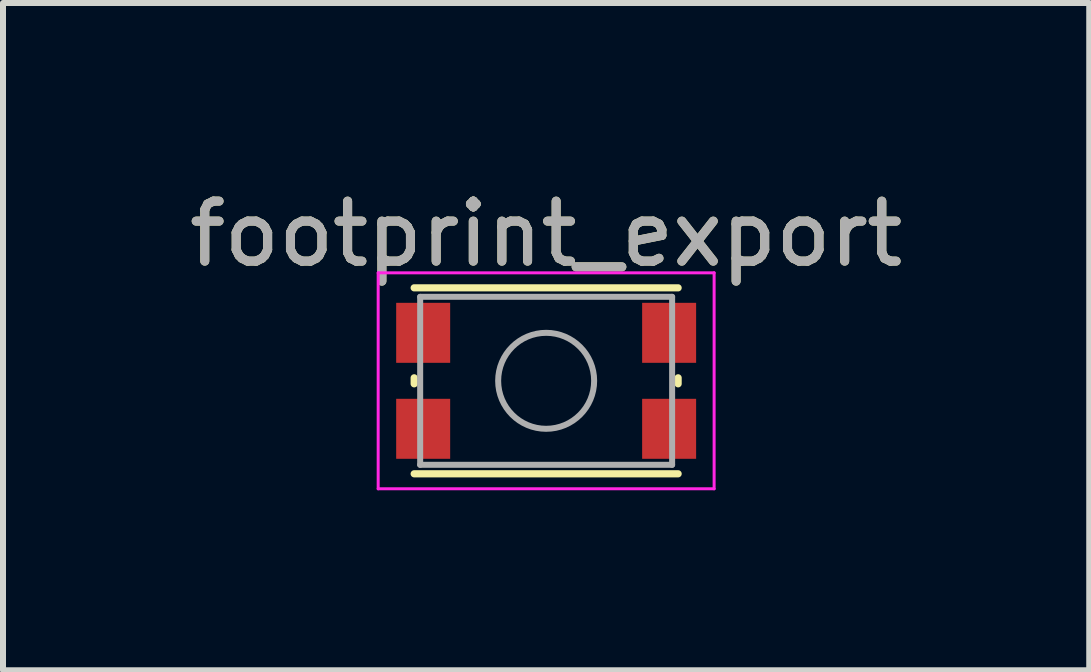
<source format=kicad_pcb>
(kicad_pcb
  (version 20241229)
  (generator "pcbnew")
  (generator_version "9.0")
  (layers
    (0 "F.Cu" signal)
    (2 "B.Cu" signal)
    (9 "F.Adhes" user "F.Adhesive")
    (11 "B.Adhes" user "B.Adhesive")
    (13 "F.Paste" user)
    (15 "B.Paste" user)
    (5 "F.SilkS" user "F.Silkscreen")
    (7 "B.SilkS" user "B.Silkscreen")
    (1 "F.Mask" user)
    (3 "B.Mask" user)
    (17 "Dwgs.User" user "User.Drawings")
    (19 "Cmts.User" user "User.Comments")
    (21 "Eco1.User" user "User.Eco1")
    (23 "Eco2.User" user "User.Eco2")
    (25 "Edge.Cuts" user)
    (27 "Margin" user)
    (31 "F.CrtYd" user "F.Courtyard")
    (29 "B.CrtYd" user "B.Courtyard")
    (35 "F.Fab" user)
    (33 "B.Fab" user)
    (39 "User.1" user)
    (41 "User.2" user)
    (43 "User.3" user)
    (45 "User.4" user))
  (footprint "footprint_export"
    (layer "F.Cu")
    (at 6.054 3.298)
    (property "Reference" "footprint_export" (at 0 -2.45 0) (layer "F.SilkS") (effects (font (size 1 1) (thickness 0.15))))
    (attr smd)
    (fp_line (start -2.2 0.05) (end -2.2 -0.05) (stroke (width 0.12) (type solid)) (layer "F.SilkS"))
    (fp_line (start -2.2 1.55) (end 2.2 1.55) (stroke (width 0.12) (type solid)) (layer "F.SilkS"))
    (fp_line (start 2.2 -1.55) (end -2.2 -1.55) (stroke (width 0.12) (type solid)) (layer "F.SilkS"))
    (fp_line (start 2.2 0.05) (end 2.2 -0.05) (stroke (width 0.12) (type solid)) (layer "F.SilkS"))
    (fp_line (start -2.8 -1.8) (end 2.8 -1.8) (stroke (width 0.05) (type solid)) (layer "F.CrtYd"))
    (fp_line (start -2.8 1.8) (end -2.8 -1.8) (stroke (width 0.05) (type solid)) (layer "F.CrtYd"))
    (fp_line (start 2.8 -1.8) (end 2.8 1.8) (stroke (width 0.05) (type solid)) (layer "F.CrtYd"))
    (fp_line (start 2.8 1.8) (end -2.8 1.8) (stroke (width 0.05) (type solid)) (layer "F.CrtYd"))
    (fp_line (start -2.1 -1.4) (end 2.1 -1.4) (stroke (width 0.1) (type solid)) (layer "F.Fab"))
    (fp_line (start -2.1 1.4) (end -2.1 -1.4) (stroke (width 0.1) (type solid)) (layer "F.Fab"))
    (fp_line (start 2.1 -1.4) (end 2.1 1.4) (stroke (width 0.1) (type solid)) (layer "F.Fab"))
    (fp_line (start 2.1 1.4) (end -2.1 1.4) (stroke (width 0.1) (type solid)) (layer "F.Fab"))
    (fp_circle (center 0 0) (end 0 0.8) (stroke (width 0.1) (type solid)) (fill no) (layer "F.Fab"))
    (fp_text user "${REFERENCE}" (at 0 -2.45 0) (layer "F.Fab") (effects (font (size 1 1) (thickness 0.15))))
    (pad "1" smd rect (at -2.05 -0.8) (size 0.9 1) (layers "F.Cu" "F.Mask" "F.Paste"))
    (pad "1" smd rect (at 2.05 -0.8) (size 0.9 1) (layers "F.Cu" "F.Mask" "F.Paste"))
    (pad "2" smd rect (at -2.05 0.8) (size 0.9 1) (layers "F.Cu" "F.Mask" "F.Paste"))
    (pad "2" smd rect (at 2.05 0.8) (size 0.9 1) (layers "F.Cu" "F.Mask" "F.Paste")))
  (gr_rect
    (start -3 -3)
    (end 15.107 8.123)
    (stroke (width 0.1) (type default))
    (fill no)
    (layer "Edge.Cuts")))
</source>
